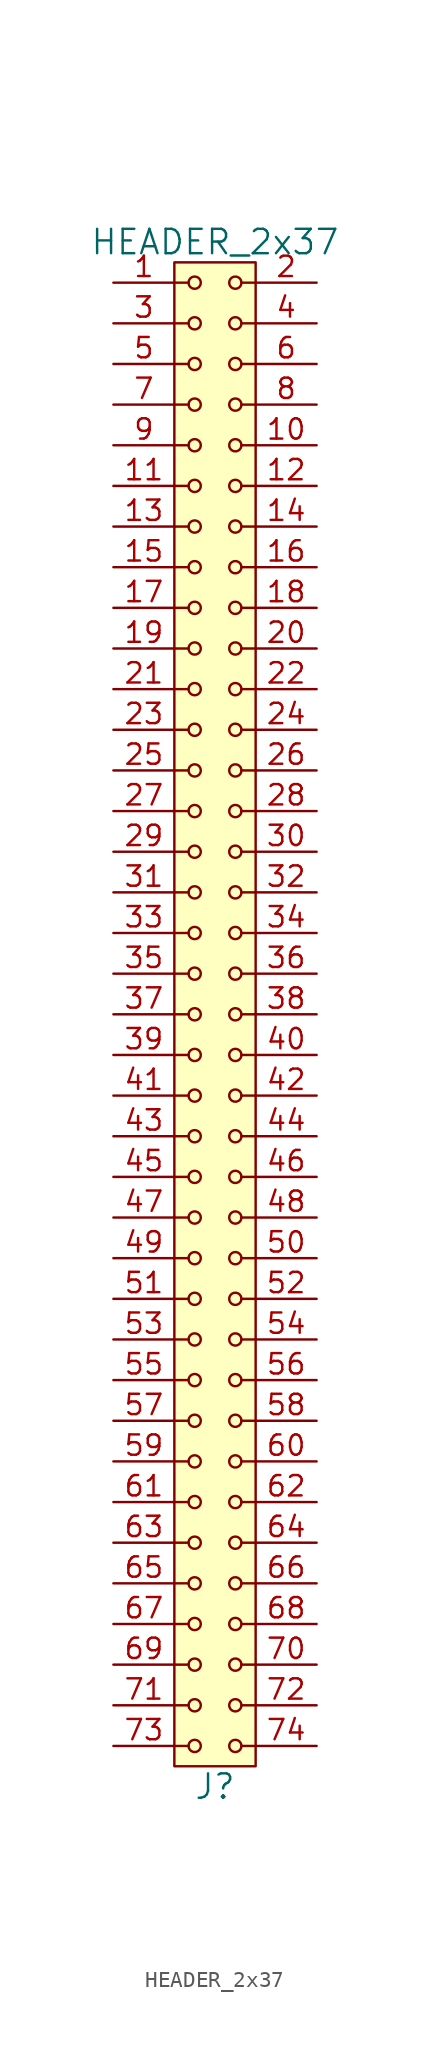
<source format=kicad_sym>
(kicad_symbol_lib
  (version 20211014)
  (generator kicad_symbol_editor)
  (symbol "HEADER_2x37"
    (pin_names
      (offset 1.016))
    (property "Reference" "J"
      (at 0 -48.26 0)
      (effects (font (size 1.524 1.524))))
    (property "Value" "HEADER_2x37"
      (at 0 48.26 0)
      (effects (font (size 1.524 1.524))))
    (property "Footprint" ""
      (at 0 45.72 0)
      (effects (font (size 1.524 1.524))))
    (property "Datasheet" ""
      (at 0 45.72 0)
      (effects (font (size 1.524 1.524))))
    (symbol "HEADER_2x37_0_1"
      (rectangle (start -2.54 46.99) (end 2.54 -46.99) (stroke (width 0) (type default) (color 0 0 0 0)) (fill (type background)))
      (circle (center -1.27 -45.72) (radius 0.381) (stroke (width 0) (type default) (color 0 0 0 0)) (fill (type none)))
      (circle (center -1.27 -43.18) (radius 0.381) (stroke (width 0) (type default) (color 0 0 0 0)) (fill (type none)))
      (circle (center -1.27 -40.64) (radius 0.381) (stroke (width 0) (type default) (color 0 0 0 0)) (fill (type none)))
      (circle (center -1.27 -38.1) (radius 0.381) (stroke (width 0) (type default) (color 0 0 0 0)) (fill (type none)))
      (circle (center -1.27 -35.56) (radius 0.381) (stroke (width 0) (type default) (color 0 0 0 0)) (fill (type none)))
      (circle (center -1.27 -33.02) (radius 0.381) (stroke (width 0) (type default) (color 0 0 0 0)) (fill (type none)))
      (circle (center -1.27 -30.48) (radius 0.381) (stroke (width 0) (type default) (color 0 0 0 0)) (fill (type none)))
      (circle (center -1.27 -27.94) (radius 0.381) (stroke (width 0) (type default) (color 0 0 0 0)) (fill (type none)))
      (circle (center -1.27 -25.4) (radius 0.381) (stroke (width 0) (type default) (color 0 0 0 0)) (fill (type none)))
      (circle (center -1.27 -22.86) (radius 0.381) (stroke (width 0) (type default) (color 0 0 0 0)) (fill (type none)))
      (circle (center -1.27 -20.32) (radius 0.381) (stroke (width 0) (type default) (color 0 0 0 0)) (fill (type none)))
      (circle (center -1.27 -17.78) (radius 0.381) (stroke (width 0) (type default) (color 0 0 0 0)) (fill (type none)))
      (circle (center -1.27 -15.24) (radius 0.381) (stroke (width 0) (type default) (color 0 0 0 0)) (fill (type none)))
      (circle (center -1.27 -12.7) (radius 0.381) (stroke (width 0) (type default) (color 0 0 0 0)) (fill (type none)))
      (circle (center -1.27 -10.16) (radius 0.381) (stroke (width 0) (type default) (color 0 0 0 0)) (fill (type none)))
      (circle (center -1.27 -7.62) (radius 0.381) (stroke (width 0) (type default) (color 0 0 0 0)) (fill (type none)))
      (circle (center -1.27 -5.08) (radius 0.381) (stroke (width 0) (type default) (color 0 0 0 0)) (fill (type none)))
      (circle (center -1.27 -2.54) (radius 0.381) (stroke (width 0) (type default) (color 0 0 0 0)) (fill (type none)))
      (circle (center -1.27 0) (radius 0.381) (stroke (width 0) (type default) (color 0 0 0 0)) (fill (type none)))
      (circle (center -1.27 2.54) (radius 0.381) (stroke (width 0) (type default) (color 0 0 0 0)) (fill (type none)))
      (circle (center -1.27 5.08) (radius 0.381) (stroke (width 0) (type default) (color 0 0 0 0)) (fill (type none)))
      (circle (center -1.27 7.62) (radius 0.381) (stroke (width 0) (type default) (color 0 0 0 0)) (fill (type none)))
      (circle (center -1.27 10.16) (radius 0.381) (stroke (width 0) (type default) (color 0 0 0 0)) (fill (type none)))
      (circle (center -1.27 12.7) (radius 0.381) (stroke (width 0) (type default) (color 0 0 0 0)) (fill (type none)))
      (circle (center -1.27 15.24) (radius 0.381) (stroke (width 0) (type default) (color 0 0 0 0)) (fill (type none)))
      (circle (center -1.27 17.78) (radius 0.381) (stroke (width 0) (type default) (color 0 0 0 0)) (fill (type none)))
      (circle (center -1.27 20.32) (radius 0.381) (stroke (width 0) (type default) (color 0 0 0 0)) (fill (type none)))
      (circle (center -1.27 22.86) (radius 0.381) (stroke (width 0) (type default) (color 0 0 0 0)) (fill (type none)))
      (circle (center -1.27 25.4) (radius 0.381) (stroke (width 0) (type default) (color 0 0 0 0)) (fill (type none)))
      (circle (center -1.27 27.94) (radius 0.381) (stroke (width 0) (type default) (color 0 0 0 0)) (fill (type none)))
      (circle (center -1.27 30.48) (radius 0.381) (stroke (width 0) (type default) (color 0 0 0 0)) (fill (type none)))
      (circle (center -1.27 33.02) (radius 0.381) (stroke (width 0) (type default) (color 0 0 0 0)) (fill (type none)))
      (circle (center -1.27 35.56) (radius 0.381) (stroke (width 0) (type default) (color 0 0 0 0)) (fill (type none)))
      (circle (center -1.27 38.1) (radius 0.381) (stroke (width 0) (type default) (color 0 0 0 0)) (fill (type none)))
      (circle (center -1.27 40.64) (radius 0.381) (stroke (width 0) (type default) (color 0 0 0 0)) (fill (type none)))
      (circle (center -1.27 43.18) (radius 0.381) (stroke (width 0) (type default) (color 0 0 0 0)) (fill (type none)))
      (circle (center -1.27 45.72) (radius 0.381) (stroke (width 0) (type default) (color 0 0 0 0)) (fill (type none)))
      (polyline (pts (xy -1.651 -45.72) (xy -2.54 -45.72)) (stroke (width 0) (type default) (color 0 0 0 0)) (fill (type none)))
      (polyline (pts (xy -1.651 -43.18) (xy -2.54 -43.18)) (stroke (width 0) (type default) (color 0 0 0 0)) (fill (type none)))
      (polyline (pts (xy -1.651 -40.64) (xy -2.54 -40.64)) (stroke (width 0) (type default) (color 0 0 0 0)) (fill (type none)))
      (polyline (pts (xy -1.651 -38.1) (xy -2.54 -38.1)) (stroke (width 0) (type default) (color 0 0 0 0)) (fill (type none)))
      (polyline (pts (xy -1.651 -35.56) (xy -2.54 -35.56)) (stroke (width 0) (type default) (color 0 0 0 0)) (fill (type none)))
      (polyline (pts (xy -1.651 -33.02) (xy -2.54 -33.02)) (stroke (width 0) (type default) (color 0 0 0 0)) (fill (type none)))
      (polyline (pts (xy -1.651 -30.48) (xy -2.54 -30.48)) (stroke (width 0) (type default) (color 0 0 0 0)) (fill (type none)))
      (polyline (pts (xy -1.651 -27.94) (xy -2.54 -27.94)) (stroke (width 0) (type default) (color 0 0 0 0)) (fill (type none)))
      (polyline (pts (xy -1.651 -25.4) (xy -2.54 -25.4)) (stroke (width 0) (type default) (color 0 0 0 0)) (fill (type none)))
      (polyline (pts (xy -1.651 -22.86) (xy -2.54 -22.86)) (stroke (width 0) (type default) (color 0 0 0 0)) (fill (type none)))
      (polyline (pts (xy -1.651 -20.32) (xy -2.54 -20.32)) (stroke (width 0) (type default) (color 0 0 0 0)) (fill (type none)))
      (polyline (pts (xy -1.651 -17.78) (xy -2.54 -17.78)) (stroke (width 0) (type default) (color 0 0 0 0)) (fill (type none)))
      (polyline (pts (xy -1.651 -15.24) (xy -2.54 -15.24)) (stroke (width 0) (type default) (color 0 0 0 0)) (fill (type none)))
      (polyline (pts (xy -1.651 -12.7) (xy -2.54 -12.7)) (stroke (width 0) (type default) (color 0 0 0 0)) (fill (type none)))
      (polyline (pts (xy -1.651 -10.16) (xy -2.54 -10.16)) (stroke (width 0) (type default) (color 0 0 0 0)) (fill (type none)))
      (polyline (pts (xy -1.651 -7.62) (xy -2.54 -7.62)) (stroke (width 0) (type default) (color 0 0 0 0)) (fill (type none)))
      (polyline (pts (xy -1.651 -5.08) (xy -2.54 -5.08)) (stroke (width 0) (type default) (color 0 0 0 0)) (fill (type none)))
      (polyline (pts (xy -1.651 -2.54) (xy -2.54 -2.54)) (stroke (width 0) (type default) (color 0 0 0 0)) (fill (type none)))
      (polyline (pts (xy -1.651 0) (xy -2.54 0)) (stroke (width 0) (type default) (color 0 0 0 0)) (fill (type none)))
      (polyline (pts (xy -1.651 2.54) (xy -2.54 2.54)) (stroke (width 0) (type default) (color 0 0 0 0)) (fill (type none)))
      (polyline (pts (xy -1.651 5.08) (xy -2.54 5.08)) (stroke (width 0) (type default) (color 0 0 0 0)) (fill (type none)))
      (polyline (pts (xy -1.651 7.62) (xy -2.54 7.62)) (stroke (width 0) (type default) (color 0 0 0 0)) (fill (type none)))
      (polyline (pts (xy -1.651 10.16) (xy -2.54 10.16)) (stroke (width 0) (type default) (color 0 0 0 0)) (fill (type none)))
      (polyline (pts (xy -1.651 12.7) (xy -2.54 12.7)) (stroke (width 0) (type default) (color 0 0 0 0)) (fill (type none)))
      (polyline (pts (xy -1.651 15.24) (xy -2.54 15.24)) (stroke (width 0) (type default) (color 0 0 0 0)) (fill (type none)))
      (polyline (pts (xy -1.651 17.78) (xy -2.54 17.78)) (stroke (width 0) (type default) (color 0 0 0 0)) (fill (type none)))
      (polyline (pts (xy -1.651 20.32) (xy -2.54 20.32)) (stroke (width 0) (type default) (color 0 0 0 0)) (fill (type none)))
      (polyline (pts (xy -1.651 22.86) (xy -2.54 22.86)) (stroke (width 0) (type default) (color 0 0 0 0)) (fill (type none)))
      (polyline (pts (xy -1.651 25.4) (xy -2.54 25.4)) (stroke (width 0) (type default) (color 0 0 0 0)) (fill (type none)))
      (polyline (pts (xy -1.651 27.94) (xy -2.54 27.94)) (stroke (width 0) (type default) (color 0 0 0 0)) (fill (type none)))
      (polyline (pts (xy -1.651 30.48) (xy -2.54 30.48)) (stroke (width 0) (type default) (color 0 0 0 0)) (fill (type none)))
      (polyline (pts (xy -1.651 33.02) (xy -2.54 33.02)) (stroke (width 0) (type default) (color 0 0 0 0)) (fill (type none)))
      (polyline (pts (xy -1.651 35.56) (xy -2.54 35.56)) (stroke (width 0) (type default) (color 0 0 0 0)) (fill (type none)))
      (polyline (pts (xy -1.651 38.1) (xy -2.54 38.1)) (stroke (width 0) (type default) (color 0 0 0 0)) (fill (type none)))
      (polyline (pts (xy -1.651 40.64) (xy -2.54 40.64)) (stroke (width 0) (type default) (color 0 0 0 0)) (fill (type none)))
      (polyline (pts (xy -1.651 43.18) (xy -2.54 43.18)) (stroke (width 0) (type default) (color 0 0 0 0)) (fill (type none)))
      (polyline (pts (xy -1.651 45.72) (xy -2.54 45.72)) (stroke (width 0) (type default) (color 0 0 0 0)) (fill (type none)))
      (polyline (pts (xy 1.651 -45.72) (xy 2.54 -45.72)) (stroke (width 0) (type default) (color 0 0 0 0)) (fill (type none)))
      (polyline (pts (xy 1.651 -43.18) (xy 2.54 -43.18)) (stroke (width 0) (type default) (color 0 0 0 0)) (fill (type none)))
      (polyline (pts (xy 1.651 -40.64) (xy 2.54 -40.64)) (stroke (width 0) (type default) (color 0 0 0 0)) (fill (type none)))
      (polyline (pts (xy 1.651 -38.1) (xy 2.54 -38.1)) (stroke (width 0) (type default) (color 0 0 0 0)) (fill (type none)))
      (polyline (pts (xy 1.651 -35.56) (xy 2.54 -35.56)) (stroke (width 0) (type default) (color 0 0 0 0)) (fill (type none)))
      (polyline (pts (xy 1.651 -33.02) (xy 2.54 -33.02)) (stroke (width 0) (type default) (color 0 0 0 0)) (fill (type none)))
      (polyline (pts (xy 1.651 -30.48) (xy 2.54 -30.48)) (stroke (width 0) (type default) (color 0 0 0 0)) (fill (type none)))
      (polyline (pts (xy 1.651 -27.94) (xy 2.54 -27.94)) (stroke (width 0) (type default) (color 0 0 0 0)) (fill (type none)))
      (polyline (pts (xy 1.651 -25.4) (xy 2.54 -25.4)) (stroke (width 0) (type default) (color 0 0 0 0)) (fill (type none)))
      (polyline (pts (xy 1.651 -22.86) (xy 2.54 -22.86)) (stroke (width 0) (type default) (color 0 0 0 0)) (fill (type none)))
      (polyline (pts (xy 1.651 -20.32) (xy 2.54 -20.32)) (stroke (width 0) (type default) (color 0 0 0 0)) (fill (type none)))
      (polyline (pts (xy 1.651 -17.78) (xy 2.54 -17.78)) (stroke (width 0) (type default) (color 0 0 0 0)) (fill (type none)))
      (polyline (pts (xy 1.651 -15.24) (xy 2.54 -15.24)) (stroke (width 0) (type default) (color 0 0 0 0)) (fill (type none)))
      (polyline (pts (xy 1.651 -12.7) (xy 2.54 -12.7)) (stroke (width 0) (type default) (color 0 0 0 0)) (fill (type none)))
      (polyline (pts (xy 1.651 -10.16) (xy 2.54 -10.16)) (stroke (width 0) (type default) (color 0 0 0 0)) (fill (type none)))
      (polyline (pts (xy 1.651 -7.62) (xy 2.54 -7.62)) (stroke (width 0) (type default) (color 0 0 0 0)) (fill (type none)))
      (polyline (pts (xy 1.651 -5.08) (xy 2.54 -5.08)) (stroke (width 0) (type default) (color 0 0 0 0)) (fill (type none)))
      (polyline (pts (xy 1.651 -2.54) (xy 2.54 -2.54)) (stroke (width 0) (type default) (color 0 0 0 0)) (fill (type none)))
      (polyline (pts (xy 1.651 0) (xy 2.54 0)) (stroke (width 0) (type default) (color 0 0 0 0)) (fill (type none)))
      (polyline (pts (xy 1.651 2.54) (xy 2.54 2.54)) (stroke (width 0) (type default) (color 0 0 0 0)) (fill (type none)))
      (polyline (pts (xy 1.651 5.08) (xy 2.54 5.08)) (stroke (width 0) (type default) (color 0 0 0 0)) (fill (type none)))
      (polyline (pts (xy 1.651 7.62) (xy 2.54 7.62)) (stroke (width 0) (type default) (color 0 0 0 0)) (fill (type none)))
      (polyline (pts (xy 1.651 10.16) (xy 2.54 10.16)) (stroke (width 0) (type default) (color 0 0 0 0)) (fill (type none)))
      (polyline (pts (xy 1.651 12.7) (xy 2.54 12.7)) (stroke (width 0) (type default) (color 0 0 0 0)) (fill (type none)))
      (polyline (pts (xy 1.651 15.24) (xy 2.54 15.24)) (stroke (width 0) (type default) (color 0 0 0 0)) (fill (type none)))
      (polyline (pts (xy 1.651 17.78) (xy 2.54 17.78)) (stroke (width 0) (type default) (color 0 0 0 0)) (fill (type none)))
      (polyline (pts (xy 1.651 20.32) (xy 2.54 20.32)) (stroke (width 0) (type default) (color 0 0 0 0)) (fill (type none)))
      (polyline (pts (xy 1.651 22.86) (xy 2.54 22.86)) (stroke (width 0) (type default) (color 0 0 0 0)) (fill (type none)))
      (polyline (pts (xy 1.651 25.4) (xy 2.54 25.4)) (stroke (width 0) (type default) (color 0 0 0 0)) (fill (type none)))
      (polyline (pts (xy 1.651 27.94) (xy 2.54 27.94)) (stroke (width 0) (type default) (color 0 0 0 0)) (fill (type none)))
      (polyline (pts (xy 1.651 30.48) (xy 2.54 30.48)) (stroke (width 0) (type default) (color 0 0 0 0)) (fill (type none)))
      (polyline (pts (xy 1.651 33.02) (xy 2.54 33.02)) (stroke (width 0) (type default) (color 0 0 0 0)) (fill (type none)))
      (polyline (pts (xy 1.651 35.56) (xy 2.54 35.56)) (stroke (width 0) (type default) (color 0 0 0 0)) (fill (type none)))
      (polyline (pts (xy 1.651 38.1) (xy 2.54 38.1)) (stroke (width 0) (type default) (color 0 0 0 0)) (fill (type none)))
      (polyline (pts (xy 1.651 40.64) (xy 2.54 40.64)) (stroke (width 0) (type default) (color 0 0 0 0)) (fill (type none)))
      (polyline (pts (xy 1.651 43.18) (xy 2.54 43.18)) (stroke (width 0) (type default) (color 0 0 0 0)) (fill (type none)))
      (polyline (pts (xy 1.651 45.72) (xy 2.54 45.72)) (stroke (width 0) (type default) (color 0 0 0 0)) (fill (type none)))
      (circle (center 1.27 -45.72) (radius 0.381) (stroke (width 0) (type default) (color 0 0 0 0)) (fill (type none)))
      (circle (center 1.27 -43.18) (radius 0.381) (stroke (width 0) (type default) (color 0 0 0 0)) (fill (type none)))
      (circle (center 1.27 -40.64) (radius 0.381) (stroke (width 0) (type default) (color 0 0 0 0)) (fill (type none)))
      (circle (center 1.27 -38.1) (radius 0.381) (stroke (width 0) (type default) (color 0 0 0 0)) (fill (type none)))
      (circle (center 1.27 -35.56) (radius 0.381) (stroke (width 0) (type default) (color 0 0 0 0)) (fill (type none)))
      (circle (center 1.27 -33.02) (radius 0.381) (stroke (width 0) (type default) (color 0 0 0 0)) (fill (type none)))
      (circle (center 1.27 -30.48) (radius 0.381) (stroke (width 0) (type default) (color 0 0 0 0)) (fill (type none)))
      (circle (center 1.27 -27.94) (radius 0.381) (stroke (width 0) (type default) (color 0 0 0 0)) (fill (type none)))
      (circle (center 1.27 -25.4) (radius 0.381) (stroke (width 0) (type default) (color 0 0 0 0)) (fill (type none)))
      (circle (center 1.27 -22.86) (radius 0.381) (stroke (width 0) (type default) (color 0 0 0 0)) (fill (type none)))
      (circle (center 1.27 -20.32) (radius 0.381) (stroke (width 0) (type default) (color 0 0 0 0)) (fill (type none)))
      (circle (center 1.27 -17.78) (radius 0.381) (stroke (width 0) (type default) (color 0 0 0 0)) (fill (type none)))
      (circle (center 1.27 -15.24) (radius 0.381) (stroke (width 0) (type default) (color 0 0 0 0)) (fill (type none)))
      (circle (center 1.27 -12.7) (radius 0.381) (stroke (width 0) (type default) (color 0 0 0 0)) (fill (type none)))
      (circle (center 1.27 -10.16) (radius 0.381) (stroke (width 0) (type default) (color 0 0 0 0)) (fill (type none)))
      (circle (center 1.27 -7.62) (radius 0.381) (stroke (width 0) (type default) (color 0 0 0 0)) (fill (type none)))
      (circle (center 1.27 -5.08) (radius 0.381) (stroke (width 0) (type default) (color 0 0 0 0)) (fill (type none)))
      (circle (center 1.27 -2.54) (radius 0.381) (stroke (width 0) (type default) (color 0 0 0 0)) (fill (type none)))
      (circle (center 1.27 0) (radius 0.381) (stroke (width 0) (type default) (color 0 0 0 0)) (fill (type none)))
      (circle (center 1.27 2.54) (radius 0.381) (stroke (width 0) (type default) (color 0 0 0 0)) (fill (type none)))
      (circle (center 1.27 5.08) (radius 0.381) (stroke (width 0) (type default) (color 0 0 0 0)) (fill (type none)))
      (circle (center 1.27 7.62) (radius 0.381) (stroke (width 0) (type default) (color 0 0 0 0)) (fill (type none)))
      (circle (center 1.27 10.16) (radius 0.381) (stroke (width 0) (type default) (color 0 0 0 0)) (fill (type none)))
      (circle (center 1.27 12.7) (radius 0.381) (stroke (width 0) (type default) (color 0 0 0 0)) (fill (type none)))
      (circle (center 1.27 15.24) (radius 0.381) (stroke (width 0) (type default) (color 0 0 0 0)) (fill (type none)))
      (circle (center 1.27 17.78) (radius 0.381) (stroke (width 0) (type default) (color 0 0 0 0)) (fill (type none)))
      (circle (center 1.27 20.32) (radius 0.381) (stroke (width 0) (type default) (color 0 0 0 0)) (fill (type none)))
      (circle (center 1.27 22.86) (radius 0.381) (stroke (width 0) (type default) (color 0 0 0 0)) (fill (type none)))
      (circle (center 1.27 25.4) (radius 0.381) (stroke (width 0) (type default) (color 0 0 0 0)) (fill (type none)))
      (circle (center 1.27 27.94) (radius 0.381) (stroke (width 0) (type default) (color 0 0 0 0)) (fill (type none)))
      (circle (center 1.27 30.48) (radius 0.381) (stroke (width 0) (type default) (color 0 0 0 0)) (fill (type none)))
      (circle (center 1.27 33.02) (radius 0.381) (stroke (width 0) (type default) (color 0 0 0 0)) (fill (type none)))
      (circle (center 1.27 35.56) (radius 0.381) (stroke (width 0) (type default) (color 0 0 0 0)) (fill (type none)))
      (circle (center 1.27 38.1) (radius 0.381) (stroke (width 0) (type default) (color 0 0 0 0)) (fill (type none)))
      (circle (center 1.27 40.64) (radius 0.381) (stroke (width 0) (type default) (color 0 0 0 0)) (fill (type none)))
      (circle (center 1.27 43.18) (radius 0.381) (stroke (width 0) (type default) (color 0 0 0 0)) (fill (type none)))
      (circle (center 1.27 45.72) (radius 0.381) (stroke (width 0) (type default) (color 0 0 0 0)) (fill (type none))))
    (symbol "HEADER_2x37_1_1"
      (pin input line (at -6.35 45.72 0) (length 3.81) (name "~" (effects (font (size 1.27 1.27)))) (number "1" (effects (font (size 1.27 1.27)))))
      (pin input line (at 6.35 35.56 180) (length 3.81) (name "~" (effects (font (size 1.27 1.27)))) (number "10" (effects (font (size 1.27 1.27)))))
      (pin input line (at -6.35 33.02 0) (length 3.81) (name "~" (effects (font (size 1.27 1.27)))) (number "11" (effects (font (size 1.27 1.27)))))
      (pin input line (at 6.35 33.02 180) (length 3.81) (name "~" (effects (font (size 1.27 1.27)))) (number "12" (effects (font (size 1.27 1.27)))))
      (pin input line (at -6.35 30.48 0) (length 3.81) (name "~" (effects (font (size 1.27 1.27)))) (number "13" (effects (font (size 1.27 1.27)))))
      (pin input line (at 6.35 30.48 180) (length 3.81) (name "~" (effects (font (size 1.27 1.27)))) (number "14" (effects (font (size 1.27 1.27)))))
      (pin input line (at -6.35 27.94 0) (length 3.81) (name "~" (effects (font (size 1.27 1.27)))) (number "15" (effects (font (size 1.27 1.27)))))
      (pin input line (at 6.35 27.94 180) (length 3.81) (name "~" (effects (font (size 1.27 1.27)))) (number "16" (effects (font (size 1.27 1.27)))))
      (pin input line (at -6.35 25.4 0) (length 3.81) (name "~" (effects (font (size 1.27 1.27)))) (number "17" (effects (font (size 1.27 1.27)))))
      (pin input line (at 6.35 25.4 180) (length 3.81) (name "~" (effects (font (size 1.27 1.27)))) (number "18" (effects (font (size 1.27 1.27)))))
      (pin input line (at -6.35 22.86 0) (length 3.81) (name "~" (effects (font (size 1.27 1.27)))) (number "19" (effects (font (size 1.27 1.27)))))
      (pin input line (at 6.35 45.72 180) (length 3.81) (name "~" (effects (font (size 1.27 1.27)))) (number "2" (effects (font (size 1.27 1.27)))))
      (pin input line (at 6.35 22.86 180) (length 3.81) (name "~" (effects (font (size 1.27 1.27)))) (number "20" (effects (font (size 1.27 1.27)))))
      (pin input line (at -6.35 20.32 0) (length 3.81) (name "~" (effects (font (size 1.27 1.27)))) (number "21" (effects (font (size 1.27 1.27)))))
      (pin input line (at 6.35 20.32 180) (length 3.81) (name "~" (effects (font (size 1.27 1.27)))) (number "22" (effects (font (size 1.27 1.27)))))
      (pin input line (at -6.35 17.78 0) (length 3.81) (name "~" (effects (font (size 1.27 1.27)))) (number "23" (effects (font (size 1.27 1.27)))))
      (pin input line (at 6.35 17.78 180) (length 3.81) (name "~" (effects (font (size 1.27 1.27)))) (number "24" (effects (font (size 1.27 1.27)))))
      (pin input line (at -6.35 15.24 0) (length 3.81) (name "~" (effects (font (size 1.27 1.27)))) (number "25" (effects (font (size 1.27 1.27)))))
      (pin input line (at 6.35 15.24 180) (length 3.81) (name "~" (effects (font (size 1.27 1.27)))) (number "26" (effects (font (size 1.27 1.27)))))
      (pin input line (at -6.35 12.7 0) (length 3.81) (name "~" (effects (font (size 1.27 1.27)))) (number "27" (effects (font (size 1.27 1.27)))))
      (pin input line (at 6.35 12.7 180) (length 3.81) (name "~" (effects (font (size 1.27 1.27)))) (number "28" (effects (font (size 1.27 1.27)))))
      (pin input line (at -6.35 10.16 0) (length 3.81) (name "~" (effects (font (size 1.27 1.27)))) (number "29" (effects (font (size 1.27 1.27)))))
      (pin input line (at -6.35 43.18 0) (length 3.81) (name "~" (effects (font (size 1.27 1.27)))) (number "3" (effects (font (size 1.27 1.27)))))
      (pin input line (at 6.35 10.16 180) (length 3.81) (name "~" (effects (font (size 1.27 1.27)))) (number "30" (effects (font (size 1.27 1.27)))))
      (pin input line (at -6.35 7.62 0) (length 3.81) (name "~" (effects (font (size 1.27 1.27)))) (number "31" (effects (font (size 1.27 1.27)))))
      (pin input line (at 6.35 7.62 180) (length 3.81) (name "~" (effects (font (size 1.27 1.27)))) (number "32" (effects (font (size 1.27 1.27)))))
      (pin input line (at -6.35 5.08 0) (length 3.81) (name "~" (effects (font (size 1.27 1.27)))) (number "33" (effects (font (size 1.27 1.27)))))
      (pin input line (at 6.35 5.08 180) (length 3.81) (name "~" (effects (font (size 1.27 1.27)))) (number "34" (effects (font (size 1.27 1.27)))))
      (pin input line (at -6.35 2.54 0) (length 3.81) (name "~" (effects (font (size 1.27 1.27)))) (number "35" (effects (font (size 1.27 1.27)))))
      (pin input line (at 6.35 2.54 180) (length 3.81) (name "~" (effects (font (size 1.27 1.27)))) (number "36" (effects (font (size 1.27 1.27)))))
      (pin input line (at -6.35 0 0) (length 3.81) (name "~" (effects (font (size 1.27 1.27)))) (number "37" (effects (font (size 1.27 1.27)))))
      (pin input line (at 6.35 0 180) (length 3.81) (name "~" (effects (font (size 1.27 1.27)))) (number "38" (effects (font (size 1.27 1.27)))))
      (pin input line (at -6.35 -2.54 0) (length 3.81) (name "~" (effects (font (size 1.27 1.27)))) (number "39" (effects (font (size 1.27 1.27)))))
      (pin input line (at 6.35 43.18 180) (length 3.81) (name "~" (effects (font (size 1.27 1.27)))) (number "4" (effects (font (size 1.27 1.27)))))
      (pin input line (at 6.35 -2.54 180) (length 3.81) (name "~" (effects (font (size 1.27 1.27)))) (number "40" (effects (font (size 1.27 1.27)))))
      (pin input line (at -6.35 -5.08 0) (length 3.81) (name "~" (effects (font (size 1.27 1.27)))) (number "41" (effects (font (size 1.27 1.27)))))
      (pin input line (at 6.35 -5.08 180) (length 3.81) (name "~" (effects (font (size 1.27 1.27)))) (number "42" (effects (font (size 1.27 1.27)))))
      (pin input line (at -6.35 -7.62 0) (length 3.81) (name "~" (effects (font (size 1.27 1.27)))) (number "43" (effects (font (size 1.27 1.27)))))
      (pin input line (at 6.35 -7.62 180) (length 3.81) (name "~" (effects (font (size 1.27 1.27)))) (number "44" (effects (font (size 1.27 1.27)))))
      (pin input line (at -6.35 -10.16 0) (length 3.81) (name "~" (effects (font (size 1.27 1.27)))) (number "45" (effects (font (size 1.27 1.27)))))
      (pin input line (at 6.35 -10.16 180) (length 3.81) (name "~" (effects (font (size 1.27 1.27)))) (number "46" (effects (font (size 1.27 1.27)))))
      (pin input line (at -6.35 -12.7 0) (length 3.81) (name "~" (effects (font (size 1.27 1.27)))) (number "47" (effects (font (size 1.27 1.27)))))
      (pin input line (at 6.35 -12.7 180) (length 3.81) (name "~" (effects (font (size 1.27 1.27)))) (number "48" (effects (font (size 1.27 1.27)))))
      (pin input line (at -6.35 -15.24 0) (length 3.81) (name "~" (effects (font (size 1.27 1.27)))) (number "49" (effects (font (size 1.27 1.27)))))
      (pin input line (at -6.35 40.64 0) (length 3.81) (name "~" (effects (font (size 1.27 1.27)))) (number "5" (effects (font (size 1.27 1.27)))))
      (pin input line (at 6.35 -15.24 180) (length 3.81) (name "~" (effects (font (size 1.27 1.27)))) (number "50" (effects (font (size 1.27 1.27)))))
      (pin input line (at -6.35 -17.78 0) (length 3.81) (name "~" (effects (font (size 1.27 1.27)))) (number "51" (effects (font (size 1.27 1.27)))))
      (pin input line (at 6.35 -17.78 180) (length 3.81) (name "~" (effects (font (size 1.27 1.27)))) (number "52" (effects (font (size 1.27 1.27)))))
      (pin input line (at -6.35 -20.32 0) (length 3.81) (name "~" (effects (font (size 1.27 1.27)))) (number "53" (effects (font (size 1.27 1.27)))))
      (pin input line (at 6.35 -20.32 180) (length 3.81) (name "~" (effects (font (size 1.27 1.27)))) (number "54" (effects (font (size 1.27 1.27)))))
      (pin input line (at -6.35 -22.86 0) (length 3.81) (name "~" (effects (font (size 1.27 1.27)))) (number "55" (effects (font (size 1.27 1.27)))))
      (pin input line (at 6.35 -22.86 180) (length 3.81) (name "~" (effects (font (size 1.27 1.27)))) (number "56" (effects (font (size 1.27 1.27)))))
      (pin input line (at -6.35 -25.4 0) (length 3.81) (name "~" (effects (font (size 1.27 1.27)))) (number "57" (effects (font (size 1.27 1.27)))))
      (pin input line (at 6.35 -25.4 180) (length 3.81) (name "~" (effects (font (size 1.27 1.27)))) (number "58" (effects (font (size 1.27 1.27)))))
      (pin input line (at -6.35 -27.94 0) (length 3.81) (name "~" (effects (font (size 1.27 1.27)))) (number "59" (effects (font (size 1.27 1.27)))))
      (pin input line (at 6.35 40.64 180) (length 3.81) (name "~" (effects (font (size 1.27 1.27)))) (number "6" (effects (font (size 1.27 1.27)))))
      (pin input line (at 6.35 -27.94 180) (length 3.81) (name "~" (effects (font (size 1.27 1.27)))) (number "60" (effects (font (size 1.27 1.27)))))
      (pin input line (at -6.35 -30.48 0) (length 3.81) (name "~" (effects (font (size 1.27 1.27)))) (number "61" (effects (font (size 1.27 1.27)))))
      (pin input line (at 6.35 -30.48 180) (length 3.81) (name "~" (effects (font (size 1.27 1.27)))) (number "62" (effects (font (size 1.27 1.27)))))
      (pin input line (at -6.35 -33.02 0) (length 3.81) (name "~" (effects (font (size 1.27 1.27)))) (number "63" (effects (font (size 1.27 1.27)))))
      (pin input line (at 6.35 -33.02 180) (length 3.81) (name "~" (effects (font (size 1.27 1.27)))) (number "64" (effects (font (size 1.27 1.27)))))
      (pin input line (at -6.35 -35.56 0) (length 3.81) (name "~" (effects (font (size 1.27 1.27)))) (number "65" (effects (font (size 1.27 1.27)))))
      (pin input line (at 6.35 -35.56 180) (length 3.81) (name "~" (effects (font (size 1.27 1.27)))) (number "66" (effects (font (size 1.27 1.27)))))
      (pin input line (at -6.35 -38.1 0) (length 3.81) (name "~" (effects (font (size 1.27 1.27)))) (number "67" (effects (font (size 1.27 1.27)))))
      (pin input line (at 6.35 -38.1 180) (length 3.81) (name "~" (effects (font (size 1.27 1.27)))) (number "68" (effects (font (size 1.27 1.27)))))
      (pin input line (at -6.35 -40.64 0) (length 3.81) (name "~" (effects (font (size 1.27 1.27)))) (number "69" (effects (font (size 1.27 1.27)))))
      (pin input line (at -6.35 38.1 0) (length 3.81) (name "~" (effects (font (size 1.27 1.27)))) (number "7" (effects (font (size 1.27 1.27)))))
      (pin input line (at 6.35 -40.64 180) (length 3.81) (name "~" (effects (font (size 1.27 1.27)))) (number "70" (effects (font (size 1.27 1.27)))))
      (pin input line (at -6.35 -43.18 0) (length 3.81) (name "~" (effects (font (size 1.27 1.27)))) (number "71" (effects (font (size 1.27 1.27)))))
      (pin input line (at 6.35 -43.18 180) (length 3.81) (name "~" (effects (font (size 1.27 1.27)))) (number "72" (effects (font (size 1.27 1.27)))))
      (pin input line (at -6.35 -45.72 0) (length 3.81) (name "~" (effects (font (size 1.27 1.27)))) (number "73" (effects (font (size 1.27 1.27)))))
      (pin input line (at 6.35 -45.72 180) (length 3.81) (name "~" (effects (font (size 1.27 1.27)))) (number "74" (effects (font (size 1.27 1.27)))))
      (pin input line (at 6.35 38.1 180) (length 3.81) (name "~" (effects (font (size 1.27 1.27)))) (number "8" (effects (font (size 1.27 1.27)))))
      (pin input line (at -6.35 35.56 0) (length 3.81) (name "~" (effects (font (size 1.27 1.27)))) (number "9" (effects (font (size 1.27 1.27))))))))
</source>
